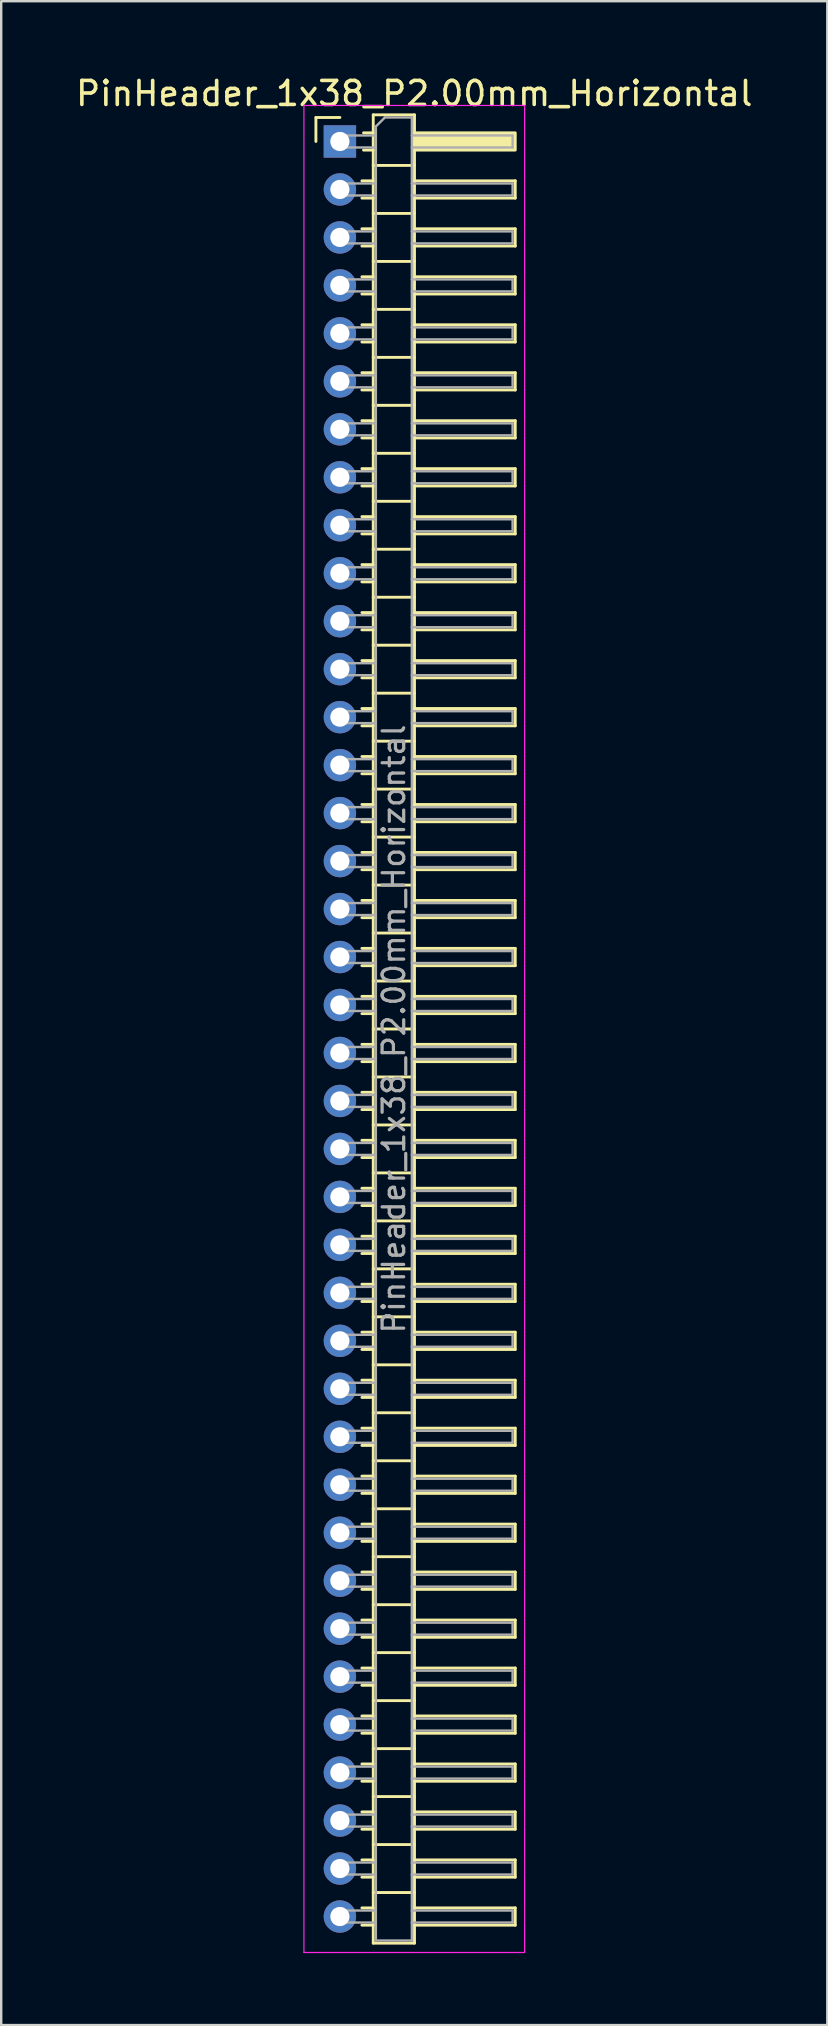
<source format=kicad_pcb>
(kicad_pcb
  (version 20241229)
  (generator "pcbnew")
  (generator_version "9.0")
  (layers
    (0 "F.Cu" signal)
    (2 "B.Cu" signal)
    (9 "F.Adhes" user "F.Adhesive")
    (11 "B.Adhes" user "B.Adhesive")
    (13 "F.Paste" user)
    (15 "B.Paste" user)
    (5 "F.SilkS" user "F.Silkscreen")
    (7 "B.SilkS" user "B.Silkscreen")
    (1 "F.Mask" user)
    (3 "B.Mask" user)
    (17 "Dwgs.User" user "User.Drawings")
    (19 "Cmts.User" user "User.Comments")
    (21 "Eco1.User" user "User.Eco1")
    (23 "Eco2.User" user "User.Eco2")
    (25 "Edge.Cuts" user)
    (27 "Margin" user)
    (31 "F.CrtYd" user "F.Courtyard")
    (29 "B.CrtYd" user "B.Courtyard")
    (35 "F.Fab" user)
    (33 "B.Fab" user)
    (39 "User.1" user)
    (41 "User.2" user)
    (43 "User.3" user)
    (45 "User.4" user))
  (footprint "PinHeader_1x38_P2.00mm_Horizontal"
    (layer "F.Cu")
    (at 11.12 2.848)
    (property "Reference" "PinHeader_1x38_P2.00mm_Horizontal" (at 3.1 -2 0) (layer "F.SilkS") (effects (font (size 1 1) (thickness 0.15))))
    (attr through_hole)
    (fp_line (start -1 -1) (end 0 -1) (stroke (width 0.12) (type solid)) (layer "F.SilkS"))
    (fp_line (start -1 0) (end -1 -1) (stroke (width 0.12) (type solid)) (layer "F.SilkS"))
    (fp_line (start 0.917 1.64) (end 1.39 1.64) (stroke (width 0.12) (type solid)) (layer "F.SilkS"))
    (fp_line (start 0.917 2.36) (end 1.39 2.36) (stroke (width 0.12) (type solid)) (layer "F.SilkS"))
    (fp_line (start 0.917 3.64) (end 1.39 3.64) (stroke (width 0.12) (type solid)) (layer "F.SilkS"))
    (fp_line (start 0.917 4.36) (end 1.39 4.36) (stroke (width 0.12) (type solid)) (layer "F.SilkS"))
    (fp_line (start 0.917 5.64) (end 1.39 5.64) (stroke (width 0.12) (type solid)) (layer "F.SilkS"))
    (fp_line (start 0.917 6.36) (end 1.39 6.36) (stroke (width 0.12) (type solid)) (layer "F.SilkS"))
    (fp_line (start 0.917 7.64) (end 1.39 7.64) (stroke (width 0.12) (type solid)) (layer "F.SilkS"))
    (fp_line (start 0.917 8.36) (end 1.39 8.36) (stroke (width 0.12) (type solid)) (layer "F.SilkS"))
    (fp_line (start 0.917 9.64) (end 1.39 9.64) (stroke (width 0.12) (type solid)) (layer "F.SilkS"))
    (fp_line (start 0.917 10.36) (end 1.39 10.36) (stroke (width 0.12) (type solid)) (layer "F.SilkS"))
    (fp_line (start 0.917 11.64) (end 1.39 11.64) (stroke (width 0.12) (type solid)) (layer "F.SilkS"))
    (fp_line (start 0.917 12.36) (end 1.39 12.36) (stroke (width 0.12) (type solid)) (layer "F.SilkS"))
    (fp_line (start 0.917 13.64) (end 1.39 13.64) (stroke (width 0.12) (type solid)) (layer "F.SilkS"))
    (fp_line (start 0.917 14.36) (end 1.39 14.36) (stroke (width 0.12) (type solid)) (layer "F.SilkS"))
    (fp_line (start 0.917 15.64) (end 1.39 15.64) (stroke (width 0.12) (type solid)) (layer "F.SilkS"))
    (fp_line (start 0.917 16.36) (end 1.39 16.36) (stroke (width 0.12) (type solid)) (layer "F.SilkS"))
    (fp_line (start 0.917 17.64) (end 1.39 17.64) (stroke (width 0.12) (type solid)) (layer "F.SilkS"))
    (fp_line (start 0.917 18.36) (end 1.39 18.36) (stroke (width 0.12) (type solid)) (layer "F.SilkS"))
    (fp_line (start 0.917 19.64) (end 1.39 19.64) (stroke (width 0.12) (type solid)) (layer "F.SilkS"))
    (fp_line (start 0.917 20.36) (end 1.39 20.36) (stroke (width 0.12) (type solid)) (layer "F.SilkS"))
    (fp_line (start 0.917 21.64) (end 1.39 21.64) (stroke (width 0.12) (type solid)) (layer "F.SilkS"))
    (fp_line (start 0.917 22.36) (end 1.39 22.36) (stroke (width 0.12) (type solid)) (layer "F.SilkS"))
    (fp_line (start 0.917 23.64) (end 1.39 23.64) (stroke (width 0.12) (type solid)) (layer "F.SilkS"))
    (fp_line (start 0.917 24.36) (end 1.39 24.36) (stroke (width 0.12) (type solid)) (layer "F.SilkS"))
    (fp_line (start 0.917 25.64) (end 1.39 25.64) (stroke (width 0.12) (type solid)) (layer "F.SilkS"))
    (fp_line (start 0.917 26.36) (end 1.39 26.36) (stroke (width 0.12) (type solid)) (layer "F.SilkS"))
    (fp_line (start 0.917 27.64) (end 1.39 27.64) (stroke (width 0.12) (type solid)) (layer "F.SilkS"))
    (fp_line (start 0.917 28.36) (end 1.39 28.36) (stroke (width 0.12) (type solid)) (layer "F.SilkS"))
    (fp_line (start 0.917 29.64) (end 1.39 29.64) (stroke (width 0.12) (type solid)) (layer "F.SilkS"))
    (fp_line (start 0.917 30.36) (end 1.39 30.36) (stroke (width 0.12) (type solid)) (layer "F.SilkS"))
    (fp_line (start 0.917 31.64) (end 1.39 31.64) (stroke (width 0.12) (type solid)) (layer "F.SilkS"))
    (fp_line (start 0.917 32.36) (end 1.39 32.36) (stroke (width 0.12) (type solid)) (layer "F.SilkS"))
    (fp_line (start 0.917 33.64) (end 1.39 33.64) (stroke (width 0.12) (type solid)) (layer "F.SilkS"))
    (fp_line (start 0.917 34.36) (end 1.39 34.36) (stroke (width 0.12) (type solid)) (layer "F.SilkS"))
    (fp_line (start 0.917 35.64) (end 1.39 35.64) (stroke (width 0.12) (type solid)) (layer "F.SilkS"))
    (fp_line (start 0.917 36.36) (end 1.39 36.36) (stroke (width 0.12) (type solid)) (layer "F.SilkS"))
    (fp_line (start 0.917 37.64) (end 1.39 37.64) (stroke (width 0.12) (type solid)) (layer "F.SilkS"))
    (fp_line (start 0.917 38.36) (end 1.39 38.36) (stroke (width 0.12) (type solid)) (layer "F.SilkS"))
    (fp_line (start 0.917 39.64) (end 1.39 39.64) (stroke (width 0.12) (type solid)) (layer "F.SilkS"))
    (fp_line (start 0.917 40.36) (end 1.39 40.36) (stroke (width 0.12) (type solid)) (layer "F.SilkS"))
    (fp_line (start 0.917 41.64) (end 1.39 41.64) (stroke (width 0.12) (type solid)) (layer "F.SilkS"))
    (fp_line (start 0.917 42.36) (end 1.39 42.36) (stroke (width 0.12) (type solid)) (layer "F.SilkS"))
    (fp_line (start 0.917 43.64) (end 1.39 43.64) (stroke (width 0.12) (type solid)) (layer "F.SilkS"))
    (fp_line (start 0.917 44.36) (end 1.39 44.36) (stroke (width 0.12) (type solid)) (layer "F.SilkS"))
    (fp_line (start 0.917 45.64) (end 1.39 45.64) (stroke (width 0.12) (type solid)) (layer "F.SilkS"))
    (fp_line (start 0.917 46.36) (end 1.39 46.36) (stroke (width 0.12) (type solid)) (layer "F.SilkS"))
    (fp_line (start 0.917 47.64) (end 1.39 47.64) (stroke (width 0.12) (type solid)) (layer "F.SilkS"))
    (fp_line (start 0.917 48.36) (end 1.39 48.36) (stroke (width 0.12) (type solid)) (layer "F.SilkS"))
    (fp_line (start 0.917 49.64) (end 1.39 49.64) (stroke (width 0.12) (type solid)) (layer "F.SilkS"))
    (fp_line (start 0.917 50.36) (end 1.39 50.36) (stroke (width 0.12) (type solid)) (layer "F.SilkS"))
    (fp_line (start 0.917 51.64) (end 1.39 51.64) (stroke (width 0.12) (type solid)) (layer "F.SilkS"))
    (fp_line (start 0.917 52.36) (end 1.39 52.36) (stroke (width 0.12) (type solid)) (layer "F.SilkS"))
    (fp_line (start 0.917 53.64) (end 1.39 53.64) (stroke (width 0.12) (type solid)) (layer "F.SilkS"))
    (fp_line (start 0.917 54.36) (end 1.39 54.36) (stroke (width 0.12) (type solid)) (layer "F.SilkS"))
    (fp_line (start 0.917 55.64) (end 1.39 55.64) (stroke (width 0.12) (type solid)) (layer "F.SilkS"))
    (fp_line (start 0.917 56.36) (end 1.39 56.36) (stroke (width 0.12) (type solid)) (layer "F.SilkS"))
    (fp_line (start 0.917 57.64) (end 1.39 57.64) (stroke (width 0.12) (type solid)) (layer "F.SilkS"))
    (fp_line (start 0.917 58.36) (end 1.39 58.36) (stroke (width 0.12) (type solid)) (layer "F.SilkS"))
    (fp_line (start 0.917 59.64) (end 1.39 59.64) (stroke (width 0.12) (type solid)) (layer "F.SilkS"))
    (fp_line (start 0.917 60.36) (end 1.39 60.36) (stroke (width 0.12) (type solid)) (layer "F.SilkS"))
    (fp_line (start 0.917 61.64) (end 1.39 61.64) (stroke (width 0.12) (type solid)) (layer "F.SilkS"))
    (fp_line (start 0.917 62.36) (end 1.39 62.36) (stroke (width 0.12) (type solid)) (layer "F.SilkS"))
    (fp_line (start 0.917 63.64) (end 1.39 63.64) (stroke (width 0.12) (type solid)) (layer "F.SilkS"))
    (fp_line (start 0.917 64.36) (end 1.39 64.36) (stroke (width 0.12) (type solid)) (layer "F.SilkS"))
    (fp_line (start 0.917 65.64) (end 1.39 65.64) (stroke (width 0.12) (type solid)) (layer "F.SilkS"))
    (fp_line (start 0.917 66.36) (end 1.39 66.36) (stroke (width 0.12) (type solid)) (layer "F.SilkS"))
    (fp_line (start 0.917 67.64) (end 1.39 67.64) (stroke (width 0.12) (type solid)) (layer "F.SilkS"))
    (fp_line (start 0.917 68.36) (end 1.39 68.36) (stroke (width 0.12) (type solid)) (layer "F.SilkS"))
    (fp_line (start 0.917 69.64) (end 1.39 69.64) (stroke (width 0.12) (type solid)) (layer "F.SilkS"))
    (fp_line (start 0.917 70.36) (end 1.39 70.36) (stroke (width 0.12) (type solid)) (layer "F.SilkS"))
    (fp_line (start 0.917 71.64) (end 1.39 71.64) (stroke (width 0.12) (type solid)) (layer "F.SilkS"))
    (fp_line (start 0.917 72.36) (end 1.39 72.36) (stroke (width 0.12) (type solid)) (layer "F.SilkS"))
    (fp_line (start 0.917 73.64) (end 1.39 73.64) (stroke (width 0.12) (type solid)) (layer "F.SilkS"))
    (fp_line (start 0.917 74.36) (end 1.39 74.36) (stroke (width 0.12) (type solid)) (layer "F.SilkS"))
    (fp_line (start 0.985 -0.36) (end 1.39 -0.36) (stroke (width 0.12) (type solid)) (layer "F.SilkS"))
    (fp_line (start 0.985 0.36) (end 1.39 0.36) (stroke (width 0.12) (type solid)) (layer "F.SilkS"))
    (fp_line (start 1.39 -1.11) (end 1.39 75.11) (stroke (width 0.12) (type solid)) (layer "F.SilkS"))
    (fp_line (start 1.39 1) (end 3.11 1) (stroke (width 0.12) (type solid)) (layer "F.SilkS"))
    (fp_line (start 1.39 3) (end 3.11 3) (stroke (width 0.12) (type solid)) (layer "F.SilkS"))
    (fp_line (start 1.39 5) (end 3.11 5) (stroke (width 0.12) (type solid)) (layer "F.SilkS"))
    (fp_line (start 1.39 7) (end 3.11 7) (stroke (width 0.12) (type solid)) (layer "F.SilkS"))
    (fp_line (start 1.39 9) (end 3.11 9) (stroke (width 0.12) (type solid)) (layer "F.SilkS"))
    (fp_line (start 1.39 11) (end 3.11 11) (stroke (width 0.12) (type solid)) (layer "F.SilkS"))
    (fp_line (start 1.39 13) (end 3.11 13) (stroke (width 0.12) (type solid)) (layer "F.SilkS"))
    (fp_line (start 1.39 15) (end 3.11 15) (stroke (width 0.12) (type solid)) (layer "F.SilkS"))
    (fp_line (start 1.39 17) (end 3.11 17) (stroke (width 0.12) (type solid)) (layer "F.SilkS"))
    (fp_line (start 1.39 19) (end 3.11 19) (stroke (width 0.12) (type solid)) (layer "F.SilkS"))
    (fp_line (start 1.39 21) (end 3.11 21) (stroke (width 0.12) (type solid)) (layer "F.SilkS"))
    (fp_line (start 1.39 23) (end 3.11 23) (stroke (width 0.12) (type solid)) (layer "F.SilkS"))
    (fp_line (start 1.39 25) (end 3.11 25) (stroke (width 0.12) (type solid)) (layer "F.SilkS"))
    (fp_line (start 1.39 27) (end 3.11 27) (stroke (width 0.12) (type solid)) (layer "F.SilkS"))
    (fp_line (start 1.39 29) (end 3.11 29) (stroke (width 0.12) (type solid)) (layer "F.SilkS"))
    (fp_line (start 1.39 31) (end 3.11 31) (stroke (width 0.12) (type solid)) (layer "F.SilkS"))
    (fp_line (start 1.39 33) (end 3.11 33) (stroke (width 0.12) (type solid)) (layer "F.SilkS"))
    (fp_line (start 1.39 35) (end 3.11 35) (stroke (width 0.12) (type solid)) (layer "F.SilkS"))
    (fp_line (start 1.39 37) (end 3.11 37) (stroke (width 0.12) (type solid)) (layer "F.SilkS"))
    (fp_line (start 1.39 39) (end 3.11 39) (stroke (width 0.12) (type solid)) (layer "F.SilkS"))
    (fp_line (start 1.39 41) (end 3.11 41) (stroke (width 0.12) (type solid)) (layer "F.SilkS"))
    (fp_line (start 1.39 43) (end 3.11 43) (stroke (width 0.12) (type solid)) (layer "F.SilkS"))
    (fp_line (start 1.39 45) (end 3.11 45) (stroke (width 0.12) (type solid)) (layer "F.SilkS"))
    (fp_line (start 1.39 47) (end 3.11 47) (stroke (width 0.12) (type solid)) (layer "F.SilkS"))
    (fp_line (start 1.39 49) (end 3.11 49) (stroke (width 0.12) (type solid)) (layer "F.SilkS"))
    (fp_line (start 1.39 51) (end 3.11 51) (stroke (width 0.12) (type solid)) (layer "F.SilkS"))
    (fp_line (start 1.39 53) (end 3.11 53) (stroke (width 0.12) (type solid)) (layer "F.SilkS"))
    (fp_line (start 1.39 55) (end 3.11 55) (stroke (width 0.12) (type solid)) (layer "F.SilkS"))
    (fp_line (start 1.39 57) (end 3.11 57) (stroke (width 0.12) (type solid)) (layer "F.SilkS"))
    (fp_line (start 1.39 59) (end 3.11 59) (stroke (width 0.12) (type solid)) (layer "F.SilkS"))
    (fp_line (start 1.39 61) (end 3.11 61) (stroke (width 0.12) (type solid)) (layer "F.SilkS"))
    (fp_line (start 1.39 63) (end 3.11 63) (stroke (width 0.12) (type solid)) (layer "F.SilkS"))
    (fp_line (start 1.39 65) (end 3.11 65) (stroke (width 0.12) (type solid)) (layer "F.SilkS"))
    (fp_line (start 1.39 67) (end 3.11 67) (stroke (width 0.12) (type solid)) (layer "F.SilkS"))
    (fp_line (start 1.39 69) (end 3.11 69) (stroke (width 0.12) (type solid)) (layer "F.SilkS"))
    (fp_line (start 1.39 71) (end 3.11 71) (stroke (width 0.12) (type solid)) (layer "F.SilkS"))
    (fp_line (start 1.39 73) (end 3.11 73) (stroke (width 0.12) (type solid)) (layer "F.SilkS"))
    (fp_line (start 1.39 75.11) (end 3.11 75.11) (stroke (width 0.12) (type solid)) (layer "F.SilkS"))
    (fp_line (start 3.11 -1.11) (end 1.39 -1.11) (stroke (width 0.12) (type solid)) (layer "F.SilkS"))
    (fp_line (start 3.11 1.64) (end 7.31 1.64) (stroke (width 0.12) (type solid)) (layer "F.SilkS"))
    (fp_line (start 3.11 3.64) (end 7.31 3.64) (stroke (width 0.12) (type solid)) (layer "F.SilkS"))
    (fp_line (start 3.11 5.64) (end 7.31 5.64) (stroke (width 0.12) (type solid)) (layer "F.SilkS"))
    (fp_line (start 3.11 7.64) (end 7.31 7.64) (stroke (width 0.12) (type solid)) (layer "F.SilkS"))
    (fp_line (start 3.11 9.64) (end 7.31 9.64) (stroke (width 0.12) (type solid)) (layer "F.SilkS"))
    (fp_line (start 3.11 11.64) (end 7.31 11.64) (stroke (width 0.12) (type solid)) (layer "F.SilkS"))
    (fp_line (start 3.11 13.64) (end 7.31 13.64) (stroke (width 0.12) (type solid)) (layer "F.SilkS"))
    (fp_line (start 3.11 15.64) (end 7.31 15.64) (stroke (width 0.12) (type solid)) (layer "F.SilkS"))
    (fp_line (start 3.11 17.64) (end 7.31 17.64) (stroke (width 0.12) (type solid)) (layer "F.SilkS"))
    (fp_line (start 3.11 19.64) (end 7.31 19.64) (stroke (width 0.12) (type solid)) (layer "F.SilkS"))
    (fp_line (start 3.11 21.64) (end 7.31 21.64) (stroke (width 0.12) (type solid)) (layer "F.SilkS"))
    (fp_line (start 3.11 23.64) (end 7.31 23.64) (stroke (width 0.12) (type solid)) (layer "F.SilkS"))
    (fp_line (start 3.11 25.64) (end 7.31 25.64) (stroke (width 0.12) (type solid)) (layer "F.SilkS"))
    (fp_line (start 3.11 27.64) (end 7.31 27.64) (stroke (width 0.12) (type solid)) (layer "F.SilkS"))
    (fp_line (start 3.11 29.64) (end 7.31 29.64) (stroke (width 0.12) (type solid)) (layer "F.SilkS"))
    (fp_line (start 3.11 31.64) (end 7.31 31.64) (stroke (width 0.12) (type solid)) (layer "F.SilkS"))
    (fp_line (start 3.11 33.64) (end 7.31 33.64) (stroke (width 0.12) (type solid)) (layer "F.SilkS"))
    (fp_line (start 3.11 35.64) (end 7.31 35.64) (stroke (width 0.12) (type solid)) (layer "F.SilkS"))
    (fp_line (start 3.11 37.64) (end 7.31 37.64) (stroke (width 0.12) (type solid)) (layer "F.SilkS"))
    (fp_line (start 3.11 39.64) (end 7.31 39.64) (stroke (width 0.12) (type solid)) (layer "F.SilkS"))
    (fp_line (start 3.11 41.64) (end 7.31 41.64) (stroke (width 0.12) (type solid)) (layer "F.SilkS"))
    (fp_line (start 3.11 43.64) (end 7.31 43.64) (stroke (width 0.12) (type solid)) (layer "F.SilkS"))
    (fp_line (start 3.11 45.64) (end 7.31 45.64) (stroke (width 0.12) (type solid)) (layer "F.SilkS"))
    (fp_line (start 3.11 47.64) (end 7.31 47.64) (stroke (width 0.12) (type solid)) (layer "F.SilkS"))
    (fp_line (start 3.11 49.64) (end 7.31 49.64) (stroke (width 0.12) (type solid)) (layer "F.SilkS"))
    (fp_line (start 3.11 51.64) (end 7.31 51.64) (stroke (width 0.12) (type solid)) (layer "F.SilkS"))
    (fp_line (start 3.11 53.64) (end 7.31 53.64) (stroke (width 0.12) (type solid)) (layer "F.SilkS"))
    (fp_line (start 3.11 55.64) (end 7.31 55.64) (stroke (width 0.12) (type solid)) (layer "F.SilkS"))
    (fp_line (start 3.11 57.64) (end 7.31 57.64) (stroke (width 0.12) (type solid)) (layer "F.SilkS"))
    (fp_line (start 3.11 59.64) (end 7.31 59.64) (stroke (width 0.12) (type solid)) (layer "F.SilkS"))
    (fp_line (start 3.11 61.64) (end 7.31 61.64) (stroke (width 0.12) (type solid)) (layer "F.SilkS"))
    (fp_line (start 3.11 63.64) (end 7.31 63.64) (stroke (width 0.12) (type solid)) (layer "F.SilkS"))
    (fp_line (start 3.11 65.64) (end 7.31 65.64) (stroke (width 0.12) (type solid)) (layer "F.SilkS"))
    (fp_line (start 3.11 67.64) (end 7.31 67.64) (stroke (width 0.12) (type solid)) (layer "F.SilkS"))
    (fp_line (start 3.11 69.64) (end 7.31 69.64) (stroke (width 0.12) (type solid)) (layer "F.SilkS"))
    (fp_line (start 3.11 71.64) (end 7.31 71.64) (stroke (width 0.12) (type solid)) (layer "F.SilkS"))
    (fp_line (start 3.11 73.64) (end 7.31 73.64) (stroke (width 0.12) (type solid)) (layer "F.SilkS"))
    (fp_line (start 3.11 75.11) (end 3.11 -1.11) (stroke (width 0.12) (type solid)) (layer "F.SilkS"))
    (fp_line (start 7.31 1.64) (end 7.31 2.36) (stroke (width 0.12) (type solid)) (layer "F.SilkS"))
    (fp_line (start 7.31 2.36) (end 3.11 2.36) (stroke (width 0.12) (type solid)) (layer "F.SilkS"))
    (fp_line (start 7.31 3.64) (end 7.31 4.36) (stroke (width 0.12) (type solid)) (layer "F.SilkS"))
    (fp_line (start 7.31 4.36) (end 3.11 4.36) (stroke (width 0.12) (type solid)) (layer "F.SilkS"))
    (fp_line (start 7.31 5.64) (end 7.31 6.36) (stroke (width 0.12) (type solid)) (layer "F.SilkS"))
    (fp_line (start 7.31 6.36) (end 3.11 6.36) (stroke (width 0.12) (type solid)) (layer "F.SilkS"))
    (fp_line (start 7.31 7.64) (end 7.31 8.36) (stroke (width 0.12) (type solid)) (layer "F.SilkS"))
    (fp_line (start 7.31 8.36) (end 3.11 8.36) (stroke (width 0.12) (type solid)) (layer "F.SilkS"))
    (fp_line (start 7.31 9.64) (end 7.31 10.36) (stroke (width 0.12) (type solid)) (layer "F.SilkS"))
    (fp_line (start 7.31 10.36) (end 3.11 10.36) (stroke (width 0.12) (type solid)) (layer "F.SilkS"))
    (fp_line (start 7.31 11.64) (end 7.31 12.36) (stroke (width 0.12) (type solid)) (layer "F.SilkS"))
    (fp_line (start 7.31 12.36) (end 3.11 12.36) (stroke (width 0.12) (type solid)) (layer "F.SilkS"))
    (fp_line (start 7.31 13.64) (end 7.31 14.36) (stroke (width 0.12) (type solid)) (layer "F.SilkS"))
    (fp_line (start 7.31 14.36) (end 3.11 14.36) (stroke (width 0.12) (type solid)) (layer "F.SilkS"))
    (fp_line (start 7.31 15.64) (end 7.31 16.36) (stroke (width 0.12) (type solid)) (layer "F.SilkS"))
    (fp_line (start 7.31 16.36) (end 3.11 16.36) (stroke (width 0.12) (type solid)) (layer "F.SilkS"))
    (fp_line (start 7.31 17.64) (end 7.31 18.36) (stroke (width 0.12) (type solid)) (layer "F.SilkS"))
    (fp_line (start 7.31 18.36) (end 3.11 18.36) (stroke (width 0.12) (type solid)) (layer "F.SilkS"))
    (fp_line (start 7.31 19.64) (end 7.31 20.36) (stroke (width 0.12) (type solid)) (layer "F.SilkS"))
    (fp_line (start 7.31 20.36) (end 3.11 20.36) (stroke (width 0.12) (type solid)) (layer "F.SilkS"))
    (fp_line (start 7.31 21.64) (end 7.31 22.36) (stroke (width 0.12) (type solid)) (layer "F.SilkS"))
    (fp_line (start 7.31 22.36) (end 3.11 22.36) (stroke (width 0.12) (type solid)) (layer "F.SilkS"))
    (fp_line (start 7.31 23.64) (end 7.31 24.36) (stroke (width 0.12) (type solid)) (layer "F.SilkS"))
    (fp_line (start 7.31 24.36) (end 3.11 24.36) (stroke (width 0.12) (type solid)) (layer "F.SilkS"))
    (fp_line (start 7.31 25.64) (end 7.31 26.36) (stroke (width 0.12) (type solid)) (layer "F.SilkS"))
    (fp_line (start 7.31 26.36) (end 3.11 26.36) (stroke (width 0.12) (type solid)) (layer "F.SilkS"))
    (fp_line (start 7.31 27.64) (end 7.31 28.36) (stroke (width 0.12) (type solid)) (layer "F.SilkS"))
    (fp_line (start 7.31 28.36) (end 3.11 28.36) (stroke (width 0.12) (type solid)) (layer "F.SilkS"))
    (fp_line (start 7.31 29.64) (end 7.31 30.36) (stroke (width 0.12) (type solid)) (layer "F.SilkS"))
    (fp_line (start 7.31 30.36) (end 3.11 30.36) (stroke (width 0.12) (type solid)) (layer "F.SilkS"))
    (fp_line (start 7.31 31.64) (end 7.31 32.36) (stroke (width 0.12) (type solid)) (layer "F.SilkS"))
    (fp_line (start 7.31 32.36) (end 3.11 32.36) (stroke (width 0.12) (type solid)) (layer "F.SilkS"))
    (fp_line (start 7.31 33.64) (end 7.31 34.36) (stroke (width 0.12) (type solid)) (layer "F.SilkS"))
    (fp_line (start 7.31 34.36) (end 3.11 34.36) (stroke (width 0.12) (type solid)) (layer "F.SilkS"))
    (fp_line (start 7.31 35.64) (end 7.31 36.36) (stroke (width 0.12) (type solid)) (layer "F.SilkS"))
    (fp_line (start 7.31 36.36) (end 3.11 36.36) (stroke (width 0.12) (type solid)) (layer "F.SilkS"))
    (fp_line (start 7.31 37.64) (end 7.31 38.36) (stroke (width 0.12) (type solid)) (layer "F.SilkS"))
    (fp_line (start 7.31 38.36) (end 3.11 38.36) (stroke (width 0.12) (type solid)) (layer "F.SilkS"))
    (fp_line (start 7.31 39.64) (end 7.31 40.36) (stroke (width 0.12) (type solid)) (layer "F.SilkS"))
    (fp_line (start 7.31 40.36) (end 3.11 40.36) (stroke (width 0.12) (type solid)) (layer "F.SilkS"))
    (fp_line (start 7.31 41.64) (end 7.31 42.36) (stroke (width 0.12) (type solid)) (layer "F.SilkS"))
    (fp_line (start 7.31 42.36) (end 3.11 42.36) (stroke (width 0.12) (type solid)) (layer "F.SilkS"))
    (fp_line (start 7.31 43.64) (end 7.31 44.36) (stroke (width 0.12) (type solid)) (layer "F.SilkS"))
    (fp_line (start 7.31 44.36) (end 3.11 44.36) (stroke (width 0.12) (type solid)) (layer "F.SilkS"))
    (fp_line (start 7.31 45.64) (end 7.31 46.36) (stroke (width 0.12) (type solid)) (layer "F.SilkS"))
    (fp_line (start 7.31 46.36) (end 3.11 46.36) (stroke (width 0.12) (type solid)) (layer "F.SilkS"))
    (fp_line (start 7.31 47.64) (end 7.31 48.36) (stroke (width 0.12) (type solid)) (layer "F.SilkS"))
    (fp_line (start 7.31 48.36) (end 3.11 48.36) (stroke (width 0.12) (type solid)) (layer "F.SilkS"))
    (fp_line (start 7.31 49.64) (end 7.31 50.36) (stroke (width 0.12) (type solid)) (layer "F.SilkS"))
    (fp_line (start 7.31 50.36) (end 3.11 50.36) (stroke (width 0.12) (type solid)) (layer "F.SilkS"))
    (fp_line (start 7.31 51.64) (end 7.31 52.36) (stroke (width 0.12) (type solid)) (layer "F.SilkS"))
    (fp_line (start 7.31 52.36) (end 3.11 52.36) (stroke (width 0.12) (type solid)) (layer "F.SilkS"))
    (fp_line (start 7.31 53.64) (end 7.31 54.36) (stroke (width 0.12) (type solid)) (layer "F.SilkS"))
    (fp_line (start 7.31 54.36) (end 3.11 54.36) (stroke (width 0.12) (type solid)) (layer "F.SilkS"))
    (fp_line (start 7.31 55.64) (end 7.31 56.36) (stroke (width 0.12) (type solid)) (layer "F.SilkS"))
    (fp_line (start 7.31 56.36) (end 3.11 56.36) (stroke (width 0.12) (type solid)) (layer "F.SilkS"))
    (fp_line (start 7.31 57.64) (end 7.31 58.36) (stroke (width 0.12) (type solid)) (layer "F.SilkS"))
    (fp_line (start 7.31 58.36) (end 3.11 58.36) (stroke (width 0.12) (type solid)) (layer "F.SilkS"))
    (fp_line (start 7.31 59.64) (end 7.31 60.36) (stroke (width 0.12) (type solid)) (layer "F.SilkS"))
    (fp_line (start 7.31 60.36) (end 3.11 60.36) (stroke (width 0.12) (type solid)) (layer "F.SilkS"))
    (fp_line (start 7.31 61.64) (end 7.31 62.36) (stroke (width 0.12) (type solid)) (layer "F.SilkS"))
    (fp_line (start 7.31 62.36) (end 3.11 62.36) (stroke (width 0.12) (type solid)) (layer "F.SilkS"))
    (fp_line (start 7.31 63.64) (end 7.31 64.36) (stroke (width 0.12) (type solid)) (layer "F.SilkS"))
    (fp_line (start 7.31 64.36) (end 3.11 64.36) (stroke (width 0.12) (type solid)) (layer "F.SilkS"))
    (fp_line (start 7.31 65.64) (end 7.31 66.36) (stroke (width 0.12) (type solid)) (layer "F.SilkS"))
    (fp_line (start 7.31 66.36) (end 3.11 66.36) (stroke (width 0.12) (type solid)) (layer "F.SilkS"))
    (fp_line (start 7.31 67.64) (end 7.31 68.36) (stroke (width 0.12) (type solid)) (layer "F.SilkS"))
    (fp_line (start 7.31 68.36) (end 3.11 68.36) (stroke (width 0.12) (type solid)) (layer "F.SilkS"))
    (fp_line (start 7.31 69.64) (end 7.31 70.36) (stroke (width 0.12) (type solid)) (layer "F.SilkS"))
    (fp_line (start 7.31 70.36) (end 3.11 70.36) (stroke (width 0.12) (type solid)) (layer "F.SilkS"))
    (fp_line (start 7.31 71.64) (end 7.31 72.36) (stroke (width 0.12) (type solid)) (layer "F.SilkS"))
    (fp_line (start 7.31 72.36) (end 3.11 72.36) (stroke (width 0.12) (type solid)) (layer "F.SilkS"))
    (fp_line (start 7.31 73.64) (end 7.31 74.36) (stroke (width 0.12) (type solid)) (layer "F.SilkS"))
    (fp_line (start 7.31 74.36) (end 3.11 74.36) (stroke (width 0.12) (type solid)) (layer "F.SilkS"))
    (fp_rect (start 3.11 -0.36) (end 7.31 0.36) (stroke (width 0.12) (type solid)) (fill yes) (layer "F.SilkS"))
    (fp_line (start -1.5 -1.5) (end -1.5 75.5) (stroke (width 0.05) (type solid)) (layer "F.CrtYd"))
    (fp_line (start -1.5 75.5) (end 7.7 75.5) (stroke (width 0.05) (type solid)) (layer "F.CrtYd"))
    (fp_line (start 7.7 -1.5) (end -1.5 -1.5) (stroke (width 0.05) (type solid)) (layer "F.CrtYd"))
    (fp_line (start 7.7 75.5) (end 7.7 -1.5) (stroke (width 0.05) (type solid)) (layer "F.CrtYd"))
    (fp_line (start -0.25 -0.25) (end -0.25 0.25) (stroke (width 0.1) (type solid)) (layer "F.Fab"))
    (fp_line (start -0.25 -0.25) (end 1.5 -0.25) (stroke (width 0.1) (type solid)) (layer "F.Fab"))
    (fp_line (start -0.25 0.25) (end 1.5 0.25) (stroke (width 0.1) (type solid)) (layer "F.Fab"))
    (fp_line (start -0.25 1.75) (end -0.25 2.25) (stroke (width 0.1) (type solid)) (layer "F.Fab"))
    (fp_line (start -0.25 1.75) (end 1.5 1.75) (stroke (width 0.1) (type solid)) (layer "F.Fab"))
    (fp_line (start -0.25 2.25) (end 1.5 2.25) (stroke (width 0.1) (type solid)) (layer "F.Fab"))
    (fp_line (start -0.25 3.75) (end -0.25 4.25) (stroke (width 0.1) (type solid)) (layer "F.Fab"))
    (fp_line (start -0.25 3.75) (end 1.5 3.75) (stroke (width 0.1) (type solid)) (layer "F.Fab"))
    (fp_line (start -0.25 4.25) (end 1.5 4.25) (stroke (width 0.1) (type solid)) (layer "F.Fab"))
    (fp_line (start -0.25 5.75) (end -0.25 6.25) (stroke (width 0.1) (type solid)) (layer "F.Fab"))
    (fp_line (start -0.25 5.75) (end 1.5 5.75) (stroke (width 0.1) (type solid)) (layer "F.Fab"))
    (fp_line (start -0.25 6.25) (end 1.5 6.25) (stroke (width 0.1) (type solid)) (layer "F.Fab"))
    (fp_line (start -0.25 7.75) (end -0.25 8.25) (stroke (width 0.1) (type solid)) (layer "F.Fab"))
    (fp_line (start -0.25 7.75) (end 1.5 7.75) (stroke (width 0.1) (type solid)) (layer "F.Fab"))
    (fp_line (start -0.25 8.25) (end 1.5 8.25) (stroke (width 0.1) (type solid)) (layer "F.Fab"))
    (fp_line (start -0.25 9.75) (end -0.25 10.25) (stroke (width 0.1) (type solid)) (layer "F.Fab"))
    (fp_line (start -0.25 9.75) (end 1.5 9.75) (stroke (width 0.1) (type solid)) (layer "F.Fab"))
    (fp_line (start -0.25 10.25) (end 1.5 10.25) (stroke (width 0.1) (type solid)) (layer "F.Fab"))
    (fp_line (start -0.25 11.75) (end -0.25 12.25) (stroke (width 0.1) (type solid)) (layer "F.Fab"))
    (fp_line (start -0.25 11.75) (end 1.5 11.75) (stroke (width 0.1) (type solid)) (layer "F.Fab"))
    (fp_line (start -0.25 12.25) (end 1.5 12.25) (stroke (width 0.1) (type solid)) (layer "F.Fab"))
    (fp_line (start -0.25 13.75) (end -0.25 14.25) (stroke (width 0.1) (type solid)) (layer "F.Fab"))
    (fp_line (start -0.25 13.75) (end 1.5 13.75) (stroke (width 0.1) (type solid)) (layer "F.Fab"))
    (fp_line (start -0.25 14.25) (end 1.5 14.25) (stroke (width 0.1) (type solid)) (layer "F.Fab"))
    (fp_line (start -0.25 15.75) (end -0.25 16.25) (stroke (width 0.1) (type solid)) (layer "F.Fab"))
    (fp_line (start -0.25 15.75) (end 1.5 15.75) (stroke (width 0.1) (type solid)) (layer "F.Fab"))
    (fp_line (start -0.25 16.25) (end 1.5 16.25) (stroke (width 0.1) (type solid)) (layer "F.Fab"))
    (fp_line (start -0.25 17.75) (end -0.25 18.25) (stroke (width 0.1) (type solid)) (layer "F.Fab"))
    (fp_line (start -0.25 17.75) (end 1.5 17.75) (stroke (width 0.1) (type solid)) (layer "F.Fab"))
    (fp_line (start -0.25 18.25) (end 1.5 18.25) (stroke (width 0.1) (type solid)) (layer "F.Fab"))
    (fp_line (start -0.25 19.75) (end -0.25 20.25) (stroke (width 0.1) (type solid)) (layer "F.Fab"))
    (fp_line (start -0.25 19.75) (end 1.5 19.75) (stroke (width 0.1) (type solid)) (layer "F.Fab"))
    (fp_line (start -0.25 20.25) (end 1.5 20.25) (stroke (width 0.1) (type solid)) (layer "F.Fab"))
    (fp_line (start -0.25 21.75) (end -0.25 22.25) (stroke (width 0.1) (type solid)) (layer "F.Fab"))
    (fp_line (start -0.25 21.75) (end 1.5 21.75) (stroke (width 0.1) (type solid)) (layer "F.Fab"))
    (fp_line (start -0.25 22.25) (end 1.5 22.25) (stroke (width 0.1) (type solid)) (layer "F.Fab"))
    (fp_line (start -0.25 23.75) (end -0.25 24.25) (stroke (width 0.1) (type solid)) (layer "F.Fab"))
    (fp_line (start -0.25 23.75) (end 1.5 23.75) (stroke (width 0.1) (type solid)) (layer "F.Fab"))
    (fp_line (start -0.25 24.25) (end 1.5 24.25) (stroke (width 0.1) (type solid)) (layer "F.Fab"))
    (fp_line (start -0.25 25.75) (end -0.25 26.25) (stroke (width 0.1) (type solid)) (layer "F.Fab"))
    (fp_line (start -0.25 25.75) (end 1.5 25.75) (stroke (width 0.1) (type solid)) (layer "F.Fab"))
    (fp_line (start -0.25 26.25) (end 1.5 26.25) (stroke (width 0.1) (type solid)) (layer "F.Fab"))
    (fp_line (start -0.25 27.75) (end -0.25 28.25) (stroke (width 0.1) (type solid)) (layer "F.Fab"))
    (fp_line (start -0.25 27.75) (end 1.5 27.75) (stroke (width 0.1) (type solid)) (layer "F.Fab"))
    (fp_line (start -0.25 28.25) (end 1.5 28.25) (stroke (width 0.1) (type solid)) (layer "F.Fab"))
    (fp_line (start -0.25 29.75) (end -0.25 30.25) (stroke (width 0.1) (type solid)) (layer "F.Fab"))
    (fp_line (start -0.25 29.75) (end 1.5 29.75) (stroke (width 0.1) (type solid)) (layer "F.Fab"))
    (fp_line (start -0.25 30.25) (end 1.5 30.25) (stroke (width 0.1) (type solid)) (layer "F.Fab"))
    (fp_line (start -0.25 31.75) (end -0.25 32.25) (stroke (width 0.1) (type solid)) (layer "F.Fab"))
    (fp_line (start -0.25 31.75) (end 1.5 31.75) (stroke (width 0.1) (type solid)) (layer "F.Fab"))
    (fp_line (start -0.25 32.25) (end 1.5 32.25) (stroke (width 0.1) (type solid)) (layer "F.Fab"))
    (fp_line (start -0.25 33.75) (end -0.25 34.25) (stroke (width 0.1) (type solid)) (layer "F.Fab"))
    (fp_line (start -0.25 33.75) (end 1.5 33.75) (stroke (width 0.1) (type solid)) (layer "F.Fab"))
    (fp_line (start -0.25 34.25) (end 1.5 34.25) (stroke (width 0.1) (type solid)) (layer "F.Fab"))
    (fp_line (start -0.25 35.75) (end -0.25 36.25) (stroke (width 0.1) (type solid)) (layer "F.Fab"))
    (fp_line (start -0.25 35.75) (end 1.5 35.75) (stroke (width 0.1) (type solid)) (layer "F.Fab"))
    (fp_line (start -0.25 36.25) (end 1.5 36.25) (stroke (width 0.1) (type solid)) (layer "F.Fab"))
    (fp_line (start -0.25 37.75) (end -0.25 38.25) (stroke (width 0.1) (type solid)) (layer "F.Fab"))
    (fp_line (start -0.25 37.75) (end 1.5 37.75) (stroke (width 0.1) (type solid)) (layer "F.Fab"))
    (fp_line (start -0.25 38.25) (end 1.5 38.25) (stroke (width 0.1) (type solid)) (layer "F.Fab"))
    (fp_line (start -0.25 39.75) (end -0.25 40.25) (stroke (width 0.1) (type solid)) (layer "F.Fab"))
    (fp_line (start -0.25 39.75) (end 1.5 39.75) (stroke (width 0.1) (type solid)) (layer "F.Fab"))
    (fp_line (start -0.25 40.25) (end 1.5 40.25) (stroke (width 0.1) (type solid)) (layer "F.Fab"))
    (fp_line (start -0.25 41.75) (end -0.25 42.25) (stroke (width 0.1) (type solid)) (layer "F.Fab"))
    (fp_line (start -0.25 41.75) (end 1.5 41.75) (stroke (width 0.1) (type solid)) (layer "F.Fab"))
    (fp_line (start -0.25 42.25) (end 1.5 42.25) (stroke (width 0.1) (type solid)) (layer "F.Fab"))
    (fp_line (start -0.25 43.75) (end -0.25 44.25) (stroke (width 0.1) (type solid)) (layer "F.Fab"))
    (fp_line (start -0.25 43.75) (end 1.5 43.75) (stroke (width 0.1) (type solid)) (layer "F.Fab"))
    (fp_line (start -0.25 44.25) (end 1.5 44.25) (stroke (width 0.1) (type solid)) (layer "F.Fab"))
    (fp_line (start -0.25 45.75) (end -0.25 46.25) (stroke (width 0.1) (type solid)) (layer "F.Fab"))
    (fp_line (start -0.25 45.75) (end 1.5 45.75) (stroke (width 0.1) (type solid)) (layer "F.Fab"))
    (fp_line (start -0.25 46.25) (end 1.5 46.25) (stroke (width 0.1) (type solid)) (layer "F.Fab"))
    (fp_line (start -0.25 47.75) (end -0.25 48.25) (stroke (width 0.1) (type solid)) (layer "F.Fab"))
    (fp_line (start -0.25 47.75) (end 1.5 47.75) (stroke (width 0.1) (type solid)) (layer "F.Fab"))
    (fp_line (start -0.25 48.25) (end 1.5 48.25) (stroke (width 0.1) (type solid)) (layer "F.Fab"))
    (fp_line (start -0.25 49.75) (end -0.25 50.25) (stroke (width 0.1) (type solid)) (layer "F.Fab"))
    (fp_line (start -0.25 49.75) (end 1.5 49.75) (stroke (width 0.1) (type solid)) (layer "F.Fab"))
    (fp_line (start -0.25 50.25) (end 1.5 50.25) (stroke (width 0.1) (type solid)) (layer "F.Fab"))
    (fp_line (start -0.25 51.75) (end -0.25 52.25) (stroke (width 0.1) (type solid)) (layer "F.Fab"))
    (fp_line (start -0.25 51.75) (end 1.5 51.75) (stroke (width 0.1) (type solid)) (layer "F.Fab"))
    (fp_line (start -0.25 52.25) (end 1.5 52.25) (stroke (width 0.1) (type solid)) (layer "F.Fab"))
    (fp_line (start -0.25 53.75) (end -0.25 54.25) (stroke (width 0.1) (type solid)) (layer "F.Fab"))
    (fp_line (start -0.25 53.75) (end 1.5 53.75) (stroke (width 0.1) (type solid)) (layer "F.Fab"))
    (fp_line (start -0.25 54.25) (end 1.5 54.25) (stroke (width 0.1) (type solid)) (layer "F.Fab"))
    (fp_line (start -0.25 55.75) (end -0.25 56.25) (stroke (width 0.1) (type solid)) (layer "F.Fab"))
    (fp_line (start -0.25 55.75) (end 1.5 55.75) (stroke (width 0.1) (type solid)) (layer "F.Fab"))
    (fp_line (start -0.25 56.25) (end 1.5 56.25) (stroke (width 0.1) (type solid)) (layer "F.Fab"))
    (fp_line (start -0.25 57.75) (end -0.25 58.25) (stroke (width 0.1) (type solid)) (layer "F.Fab"))
    (fp_line (start -0.25 57.75) (end 1.5 57.75) (stroke (width 0.1) (type solid)) (layer "F.Fab"))
    (fp_line (start -0.25 58.25) (end 1.5 58.25) (stroke (width 0.1) (type solid)) (layer "F.Fab"))
    (fp_line (start -0.25 59.75) (end -0.25 60.25) (stroke (width 0.1) (type solid)) (layer "F.Fab"))
    (fp_line (start -0.25 59.75) (end 1.5 59.75) (stroke (width 0.1) (type solid)) (layer "F.Fab"))
    (fp_line (start -0.25 60.25) (end 1.5 60.25) (stroke (width 0.1) (type solid)) (layer "F.Fab"))
    (fp_line (start -0.25 61.75) (end -0.25 62.25) (stroke (width 0.1) (type solid)) (layer "F.Fab"))
    (fp_line (start -0.25 61.75) (end 1.5 61.75) (stroke (width 0.1) (type solid)) (layer "F.Fab"))
    (fp_line (start -0.25 62.25) (end 1.5 62.25) (stroke (width 0.1) (type solid)) (layer "F.Fab"))
    (fp_line (start -0.25 63.75) (end -0.25 64.25) (stroke (width 0.1) (type solid)) (layer "F.Fab"))
    (fp_line (start -0.25 63.75) (end 1.5 63.75) (stroke (width 0.1) (type solid)) (layer "F.Fab"))
    (fp_line (start -0.25 64.25) (end 1.5 64.25) (stroke (width 0.1) (type solid)) (layer "F.Fab"))
    (fp_line (start -0.25 65.75) (end -0.25 66.25) (stroke (width 0.1) (type solid)) (layer "F.Fab"))
    (fp_line (start -0.25 65.75) (end 1.5 65.75) (stroke (width 0.1) (type solid)) (layer "F.Fab"))
    (fp_line (start -0.25 66.25) (end 1.5 66.25) (stroke (width 0.1) (type solid)) (layer "F.Fab"))
    (fp_line (start -0.25 67.75) (end -0.25 68.25) (stroke (width 0.1) (type solid)) (layer "F.Fab"))
    (fp_line (start -0.25 67.75) (end 1.5 67.75) (stroke (width 0.1) (type solid)) (layer "F.Fab"))
    (fp_line (start -0.25 68.25) (end 1.5 68.25) (stroke (width 0.1) (type solid)) (layer "F.Fab"))
    (fp_line (start -0.25 69.75) (end -0.25 70.25) (stroke (width 0.1) (type solid)) (layer "F.Fab"))
    (fp_line (start -0.25 69.75) (end 1.5 69.75) (stroke (width 0.1) (type solid)) (layer "F.Fab"))
    (fp_line (start -0.25 70.25) (end 1.5 70.25) (stroke (width 0.1) (type solid)) (layer "F.Fab"))
    (fp_line (start -0.25 71.75) (end -0.25 72.25) (stroke (width 0.1) (type solid)) (layer "F.Fab"))
    (fp_line (start -0.25 71.75) (end 1.5 71.75) (stroke (width 0.1) (type solid)) (layer "F.Fab"))
    (fp_line (start -0.25 72.25) (end 1.5 72.25) (stroke (width 0.1) (type solid)) (layer "F.Fab"))
    (fp_line (start -0.25 73.75) (end -0.25 74.25) (stroke (width 0.1) (type solid)) (layer "F.Fab"))
    (fp_line (start -0.25 73.75) (end 1.5 73.75) (stroke (width 0.1) (type solid)) (layer "F.Fab"))
    (fp_line (start -0.25 74.25) (end 1.5 74.25) (stroke (width 0.1) (type solid)) (layer "F.Fab"))
    (fp_line (start 1.5 -0.625) (end 1.875 -1) (stroke (width 0.1) (type solid)) (layer "F.Fab"))
    (fp_line (start 1.5 75) (end 1.5 -0.625) (stroke (width 0.1) (type solid)) (layer "F.Fab"))
    (fp_line (start 1.875 -1) (end 3 -1) (stroke (width 0.1) (type solid)) (layer "F.Fab"))
    (fp_line (start 3 -1) (end 3 75) (stroke (width 0.1) (type solid)) (layer "F.Fab"))
    (fp_line (start 3 -0.25) (end 7.2 -0.25) (stroke (width 0.1) (type solid)) (layer "F.Fab"))
    (fp_line (start 3 0.25) (end 7.2 0.25) (stroke (width 0.1) (type solid)) (layer "F.Fab"))
    (fp_line (start 3 1.75) (end 7.2 1.75) (stroke (width 0.1) (type solid)) (layer "F.Fab"))
    (fp_line (start 3 2.25) (end 7.2 2.25) (stroke (width 0.1) (type solid)) (layer "F.Fab"))
    (fp_line (start 3 3.75) (end 7.2 3.75) (stroke (width 0.1) (type solid)) (layer "F.Fab"))
    (fp_line (start 3 4.25) (end 7.2 4.25) (stroke (width 0.1) (type solid)) (layer "F.Fab"))
    (fp_line (start 3 5.75) (end 7.2 5.75) (stroke (width 0.1) (type solid)) (layer "F.Fab"))
    (fp_line (start 3 6.25) (end 7.2 6.25) (stroke (width 0.1) (type solid)) (layer "F.Fab"))
    (fp_line (start 3 7.75) (end 7.2 7.75) (stroke (width 0.1) (type solid)) (layer "F.Fab"))
    (fp_line (start 3 8.25) (end 7.2 8.25) (stroke (width 0.1) (type solid)) (layer "F.Fab"))
    (fp_line (start 3 9.75) (end 7.2 9.75) (stroke (width 0.1) (type solid)) (layer "F.Fab"))
    (fp_line (start 3 10.25) (end 7.2 10.25) (stroke (width 0.1) (type solid)) (layer "F.Fab"))
    (fp_line (start 3 11.75) (end 7.2 11.75) (stroke (width 0.1) (type solid)) (layer "F.Fab"))
    (fp_line (start 3 12.25) (end 7.2 12.25) (stroke (width 0.1) (type solid)) (layer "F.Fab"))
    (fp_line (start 3 13.75) (end 7.2 13.75) (stroke (width 0.1) (type solid)) (layer "F.Fab"))
    (fp_line (start 3 14.25) (end 7.2 14.25) (stroke (width 0.1) (type solid)) (layer "F.Fab"))
    (fp_line (start 3 15.75) (end 7.2 15.75) (stroke (width 0.1) (type solid)) (layer "F.Fab"))
    (fp_line (start 3 16.25) (end 7.2 16.25) (stroke (width 0.1) (type solid)) (layer "F.Fab"))
    (fp_line (start 3 17.75) (end 7.2 17.75) (stroke (width 0.1) (type solid)) (layer "F.Fab"))
    (fp_line (start 3 18.25) (end 7.2 18.25) (stroke (width 0.1) (type solid)) (layer "F.Fab"))
    (fp_line (start 3 19.75) (end 7.2 19.75) (stroke (width 0.1) (type solid)) (layer "F.Fab"))
    (fp_line (start 3 20.25) (end 7.2 20.25) (stroke (width 0.1) (type solid)) (layer "F.Fab"))
    (fp_line (start 3 21.75) (end 7.2 21.75) (stroke (width 0.1) (type solid)) (layer "F.Fab"))
    (fp_line (start 3 22.25) (end 7.2 22.25) (stroke (width 0.1) (type solid)) (layer "F.Fab"))
    (fp_line (start 3 23.75) (end 7.2 23.75) (stroke (width 0.1) (type solid)) (layer "F.Fab"))
    (fp_line (start 3 24.25) (end 7.2 24.25) (stroke (width 0.1) (type solid)) (layer "F.Fab"))
    (fp_line (start 3 25.75) (end 7.2 25.75) (stroke (width 0.1) (type solid)) (layer "F.Fab"))
    (fp_line (start 3 26.25) (end 7.2 26.25) (stroke (width 0.1) (type solid)) (layer "F.Fab"))
    (fp_line (start 3 27.75) (end 7.2 27.75) (stroke (width 0.1) (type solid)) (layer "F.Fab"))
    (fp_line (start 3 28.25) (end 7.2 28.25) (stroke (width 0.1) (type solid)) (layer "F.Fab"))
    (fp_line (start 3 29.75) (end 7.2 29.75) (stroke (width 0.1) (type solid)) (layer "F.Fab"))
    (fp_line (start 3 30.25) (end 7.2 30.25) (stroke (width 0.1) (type solid)) (layer "F.Fab"))
    (fp_line (start 3 31.75) (end 7.2 31.75) (stroke (width 0.1) (type solid)) (layer "F.Fab"))
    (fp_line (start 3 32.25) (end 7.2 32.25) (stroke (width 0.1) (type solid)) (layer "F.Fab"))
    (fp_line (start 3 33.75) (end 7.2 33.75) (stroke (width 0.1) (type solid)) (layer "F.Fab"))
    (fp_line (start 3 34.25) (end 7.2 34.25) (stroke (width 0.1) (type solid)) (layer "F.Fab"))
    (fp_line (start 3 35.75) (end 7.2 35.75) (stroke (width 0.1) (type solid)) (layer "F.Fab"))
    (fp_line (start 3 36.25) (end 7.2 36.25) (stroke (width 0.1) (type solid)) (layer "F.Fab"))
    (fp_line (start 3 37.75) (end 7.2 37.75) (stroke (width 0.1) (type solid)) (layer "F.Fab"))
    (fp_line (start 3 38.25) (end 7.2 38.25) (stroke (width 0.1) (type solid)) (layer "F.Fab"))
    (fp_line (start 3 39.75) (end 7.2 39.75) (stroke (width 0.1) (type solid)) (layer "F.Fab"))
    (fp_line (start 3 40.25) (end 7.2 40.25) (stroke (width 0.1) (type solid)) (layer "F.Fab"))
    (fp_line (start 3 41.75) (end 7.2 41.75) (stroke (width 0.1) (type solid)) (layer "F.Fab"))
    (fp_line (start 3 42.25) (end 7.2 42.25) (stroke (width 0.1) (type solid)) (layer "F.Fab"))
    (fp_line (start 3 43.75) (end 7.2 43.75) (stroke (width 0.1) (type solid)) (layer "F.Fab"))
    (fp_line (start 3 44.25) (end 7.2 44.25) (stroke (width 0.1) (type solid)) (layer "F.Fab"))
    (fp_line (start 3 45.75) (end 7.2 45.75) (stroke (width 0.1) (type solid)) (layer "F.Fab"))
    (fp_line (start 3 46.25) (end 7.2 46.25) (stroke (width 0.1) (type solid)) (layer "F.Fab"))
    (fp_line (start 3 47.75) (end 7.2 47.75) (stroke (width 0.1) (type solid)) (layer "F.Fab"))
    (fp_line (start 3 48.25) (end 7.2 48.25) (stroke (width 0.1) (type solid)) (layer "F.Fab"))
    (fp_line (start 3 49.75) (end 7.2 49.75) (stroke (width 0.1) (type solid)) (layer "F.Fab"))
    (fp_line (start 3 50.25) (end 7.2 50.25) (stroke (width 0.1) (type solid)) (layer "F.Fab"))
    (fp_line (start 3 51.75) (end 7.2 51.75) (stroke (width 0.1) (type solid)) (layer "F.Fab"))
    (fp_line (start 3 52.25) (end 7.2 52.25) (stroke (width 0.1) (type solid)) (layer "F.Fab"))
    (fp_line (start 3 53.75) (end 7.2 53.75) (stroke (width 0.1) (type solid)) (layer "F.Fab"))
    (fp_line (start 3 54.25) (end 7.2 54.25) (stroke (width 0.1) (type solid)) (layer "F.Fab"))
    (fp_line (start 3 55.75) (end 7.2 55.75) (stroke (width 0.1) (type solid)) (layer "F.Fab"))
    (fp_line (start 3 56.25) (end 7.2 56.25) (stroke (width 0.1) (type solid)) (layer "F.Fab"))
    (fp_line (start 3 57.75) (end 7.2 57.75) (stroke (width 0.1) (type solid)) (layer "F.Fab"))
    (fp_line (start 3 58.25) (end 7.2 58.25) (stroke (width 0.1) (type solid)) (layer "F.Fab"))
    (fp_line (start 3 59.75) (end 7.2 59.75) (stroke (width 0.1) (type solid)) (layer "F.Fab"))
    (fp_line (start 3 60.25) (end 7.2 60.25) (stroke (width 0.1) (type solid)) (layer "F.Fab"))
    (fp_line (start 3 61.75) (end 7.2 61.75) (stroke (width 0.1) (type solid)) (layer "F.Fab"))
    (fp_line (start 3 62.25) (end 7.2 62.25) (stroke (width 0.1) (type solid)) (layer "F.Fab"))
    (fp_line (start 3 63.75) (end 7.2 63.75) (stroke (width 0.1) (type solid)) (layer "F.Fab"))
    (fp_line (start 3 64.25) (end 7.2 64.25) (stroke (width 0.1) (type solid)) (layer "F.Fab"))
    (fp_line (start 3 65.75) (end 7.2 65.75) (stroke (width 0.1) (type solid)) (layer "F.Fab"))
    (fp_line (start 3 66.25) (end 7.2 66.25) (stroke (width 0.1) (type solid)) (layer "F.Fab"))
    (fp_line (start 3 67.75) (end 7.2 67.75) (stroke (width 0.1) (type solid)) (layer "F.Fab"))
    (fp_line (start 3 68.25) (end 7.2 68.25) (stroke (width 0.1) (type solid)) (layer "F.Fab"))
    (fp_line (start 3 69.75) (end 7.2 69.75) (stroke (width 0.1) (type solid)) (layer "F.Fab"))
    (fp_line (start 3 70.25) (end 7.2 70.25) (stroke (width 0.1) (type solid)) (layer "F.Fab"))
    (fp_line (start 3 71.75) (end 7.2 71.75) (stroke (width 0.1) (type solid)) (layer "F.Fab"))
    (fp_line (start 3 72.25) (end 7.2 72.25) (stroke (width 0.1) (type solid)) (layer "F.Fab"))
    (fp_line (start 3 73.75) (end 7.2 73.75) (stroke (width 0.1) (type solid)) (layer "F.Fab"))
    (fp_line (start 3 74.25) (end 7.2 74.25) (stroke (width 0.1) (type solid)) (layer "F.Fab"))
    (fp_line (start 3 75) (end 1.5 75) (stroke (width 0.1) (type solid)) (layer "F.Fab"))
    (fp_line (start 7.2 -0.25) (end 7.2 0.25) (stroke (width 0.1) (type solid)) (layer "F.Fab"))
    (fp_line (start 7.2 1.75) (end 7.2 2.25) (stroke (width 0.1) (type solid)) (layer "F.Fab"))
    (fp_line (start 7.2 3.75) (end 7.2 4.25) (stroke (width 0.1) (type solid)) (layer "F.Fab"))
    (fp_line (start 7.2 5.75) (end 7.2 6.25) (stroke (width 0.1) (type solid)) (layer "F.Fab"))
    (fp_line (start 7.2 7.75) (end 7.2 8.25) (stroke (width 0.1) (type solid)) (layer "F.Fab"))
    (fp_line (start 7.2 9.75) (end 7.2 10.25) (stroke (width 0.1) (type solid)) (layer "F.Fab"))
    (fp_line (start 7.2 11.75) (end 7.2 12.25) (stroke (width 0.1) (type solid)) (layer "F.Fab"))
    (fp_line (start 7.2 13.75) (end 7.2 14.25) (stroke (width 0.1) (type solid)) (layer "F.Fab"))
    (fp_line (start 7.2 15.75) (end 7.2 16.25) (stroke (width 0.1) (type solid)) (layer "F.Fab"))
    (fp_line (start 7.2 17.75) (end 7.2 18.25) (stroke (width 0.1) (type solid)) (layer "F.Fab"))
    (fp_line (start 7.2 19.75) (end 7.2 20.25) (stroke (width 0.1) (type solid)) (layer "F.Fab"))
    (fp_line (start 7.2 21.75) (end 7.2 22.25) (stroke (width 0.1) (type solid)) (layer "F.Fab"))
    (fp_line (start 7.2 23.75) (end 7.2 24.25) (stroke (width 0.1) (type solid)) (layer "F.Fab"))
    (fp_line (start 7.2 25.75) (end 7.2 26.25) (stroke (width 0.1) (type solid)) (layer "F.Fab"))
    (fp_line (start 7.2 27.75) (end 7.2 28.25) (stroke (width 0.1) (type solid)) (layer "F.Fab"))
    (fp_line (start 7.2 29.75) (end 7.2 30.25) (stroke (width 0.1) (type solid)) (layer "F.Fab"))
    (fp_line (start 7.2 31.75) (end 7.2 32.25) (stroke (width 0.1) (type solid)) (layer "F.Fab"))
    (fp_line (start 7.2 33.75) (end 7.2 34.25) (stroke (width 0.1) (type solid)) (layer "F.Fab"))
    (fp_line (start 7.2 35.75) (end 7.2 36.25) (stroke (width 0.1) (type solid)) (layer "F.Fab"))
    (fp_line (start 7.2 37.75) (end 7.2 38.25) (stroke (width 0.1) (type solid)) (layer "F.Fab"))
    (fp_line (start 7.2 39.75) (end 7.2 40.25) (stroke (width 0.1) (type solid)) (layer "F.Fab"))
    (fp_line (start 7.2 41.75) (end 7.2 42.25) (stroke (width 0.1) (type solid)) (layer "F.Fab"))
    (fp_line (start 7.2 43.75) (end 7.2 44.25) (stroke (width 0.1) (type solid)) (layer "F.Fab"))
    (fp_line (start 7.2 45.75) (end 7.2 46.25) (stroke (width 0.1) (type solid)) (layer "F.Fab"))
    (fp_line (start 7.2 47.75) (end 7.2 48.25) (stroke (width 0.1) (type solid)) (layer "F.Fab"))
    (fp_line (start 7.2 49.75) (end 7.2 50.25) (stroke (width 0.1) (type solid)) (layer "F.Fab"))
    (fp_line (start 7.2 51.75) (end 7.2 52.25) (stroke (width 0.1) (type solid)) (layer "F.Fab"))
    (fp_line (start 7.2 53.75) (end 7.2 54.25) (stroke (width 0.1) (type solid)) (layer "F.Fab"))
    (fp_line (start 7.2 55.75) (end 7.2 56.25) (stroke (width 0.1) (type solid)) (layer "F.Fab"))
    (fp_line (start 7.2 57.75) (end 7.2 58.25) (stroke (width 0.1) (type solid)) (layer "F.Fab"))
    (fp_line (start 7.2 59.75) (end 7.2 60.25) (stroke (width 0.1) (type solid)) (layer "F.Fab"))
    (fp_line (start 7.2 61.75) (end 7.2 62.25) (stroke (width 0.1) (type solid)) (layer "F.Fab"))
    (fp_line (start 7.2 63.75) (end 7.2 64.25) (stroke (width 0.1) (type solid)) (layer "F.Fab"))
    (fp_line (start 7.2 65.75) (end 7.2 66.25) (stroke (width 0.1) (type solid)) (layer "F.Fab"))
    (fp_line (start 7.2 67.75) (end 7.2 68.25) (stroke (width 0.1) (type solid)) (layer "F.Fab"))
    (fp_line (start 7.2 69.75) (end 7.2 70.25) (stroke (width 0.1) (type solid)) (layer "F.Fab"))
    (fp_line (start 7.2 71.75) (end 7.2 72.25) (stroke (width 0.1) (type solid)) (layer "F.Fab"))
    (fp_line (start 7.2 73.75) (end 7.2 74.25) (stroke (width 0.1) (type solid)) (layer "F.Fab"))
    (fp_text user "${REFERENCE}" (at 2.25 37 90) (layer "F.Fab") (effects (font (size 0.9 0.9) (thickness 0.135))))
    (pad "1" thru_hole rect (at 0 0) (size 1.35 1.35) (drill 0.8) (layers "*.Cu" "*.Mask"))
    (pad "2" thru_hole circle (at 0 2) (size 1.35 1.35) (drill 0.8) (layers "*.Cu" "*.Mask"))
    (pad "3" thru_hole circle (at 0 4) (size 1.35 1.35) (drill 0.8) (layers "*.Cu" "*.Mask"))
    (pad "4" thru_hole circle (at 0 6) (size 1.35 1.35) (drill 0.8) (layers "*.Cu" "*.Mask"))
    (pad "5" thru_hole circle (at 0 8) (size 1.35 1.35) (drill 0.8) (layers "*.Cu" "*.Mask"))
    (pad "6" thru_hole circle (at 0 10) (size 1.35 1.35) (drill 0.8) (layers "*.Cu" "*.Mask"))
    (pad "7" thru_hole circle (at 0 12) (size 1.35 1.35) (drill 0.8) (layers "*.Cu" "*.Mask"))
    (pad "8" thru_hole circle (at 0 14) (size 1.35 1.35) (drill 0.8) (layers "*.Cu" "*.Mask"))
    (pad "9" thru_hole circle (at 0 16) (size 1.35 1.35) (drill 0.8) (layers "*.Cu" "*.Mask"))
    (pad "10" thru_hole circle (at 0 18) (size 1.35 1.35) (drill 0.8) (layers "*.Cu" "*.Mask"))
    (pad "11" thru_hole circle (at 0 20) (size 1.35 1.35) (drill 0.8) (layers "*.Cu" "*.Mask"))
    (pad "12" thru_hole circle (at 0 22) (size 1.35 1.35) (drill 0.8) (layers "*.Cu" "*.Mask"))
    (pad "13" thru_hole circle (at 0 24) (size 1.35 1.35) (drill 0.8) (layers "*.Cu" "*.Mask"))
    (pad "14" thru_hole circle (at 0 26) (size 1.35 1.35) (drill 0.8) (layers "*.Cu" "*.Mask"))
    (pad "15" thru_hole circle (at 0 28) (size 1.35 1.35) (drill 0.8) (layers "*.Cu" "*.Mask"))
    (pad "16" thru_hole circle (at 0 30) (size 1.35 1.35) (drill 0.8) (layers "*.Cu" "*.Mask"))
    (pad "17" thru_hole circle (at 0 32) (size 1.35 1.35) (drill 0.8) (layers "*.Cu" "*.Mask"))
    (pad "18" thru_hole circle (at 0 34) (size 1.35 1.35) (drill 0.8) (layers "*.Cu" "*.Mask"))
    (pad "19" thru_hole circle (at 0 36) (size 1.35 1.35) (drill 0.8) (layers "*.Cu" "*.Mask"))
    (pad "20" thru_hole circle (at 0 38) (size 1.35 1.35) (drill 0.8) (layers "*.Cu" "*.Mask"))
    (pad "21" thru_hole circle (at 0 40) (size 1.35 1.35) (drill 0.8) (layers "*.Cu" "*.Mask"))
    (pad "22" thru_hole circle (at 0 42) (size 1.35 1.35) (drill 0.8) (layers "*.Cu" "*.Mask"))
    (pad "23" thru_hole circle (at 0 44) (size 1.35 1.35) (drill 0.8) (layers "*.Cu" "*.Mask"))
    (pad "24" thru_hole circle (at 0 46) (size 1.35 1.35) (drill 0.8) (layers "*.Cu" "*.Mask"))
    (pad "25" thru_hole circle (at 0 48) (size 1.35 1.35) (drill 0.8) (layers "*.Cu" "*.Mask"))
    (pad "26" thru_hole circle (at 0 50) (size 1.35 1.35) (drill 0.8) (layers "*.Cu" "*.Mask"))
    (pad "27" thru_hole circle (at 0 52) (size 1.35 1.35) (drill 0.8) (layers "*.Cu" "*.Mask"))
    (pad "28" thru_hole circle (at 0 54) (size 1.35 1.35) (drill 0.8) (layers "*.Cu" "*.Mask"))
    (pad "29" thru_hole circle (at 0 56) (size 1.35 1.35) (drill 0.8) (layers "*.Cu" "*.Mask"))
    (pad "30" thru_hole circle (at 0 58) (size 1.35 1.35) (drill 0.8) (layers "*.Cu" "*.Mask"))
    (pad "31" thru_hole circle (at 0 60) (size 1.35 1.35) (drill 0.8) (layers "*.Cu" "*.Mask"))
    (pad "32" thru_hole circle (at 0 62) (size 1.35 1.35) (drill 0.8) (layers "*.Cu" "*.Mask"))
    (pad "33" thru_hole circle (at 0 64) (size 1.35 1.35) (drill 0.8) (layers "*.Cu" "*.Mask"))
    (pad "34" thru_hole circle (at 0 66) (size 1.35 1.35) (drill 0.8) (layers "*.Cu" "*.Mask"))
    (pad "35" thru_hole circle (at 0 68) (size 1.35 1.35) (drill 0.8) (layers "*.Cu" "*.Mask"))
    (pad "36" thru_hole circle (at 0 70) (size 1.35 1.35) (drill 0.8) (layers "*.Cu" "*.Mask"))
    (pad "37" thru_hole circle (at 0 72) (size 1.35 1.35) (drill 0.8) (layers "*.Cu" "*.Mask"))
    (pad "38" thru_hole circle (at 0 74) (size 1.35 1.35) (drill 0.8) (layers "*.Cu" "*.Mask")))
  (gr_rect
    (start -3 -3)
    (end 31.44 81.373)
    (stroke (width 0.1) (type default))
    (fill no)
    (layer "Edge.Cuts")))
</source>
